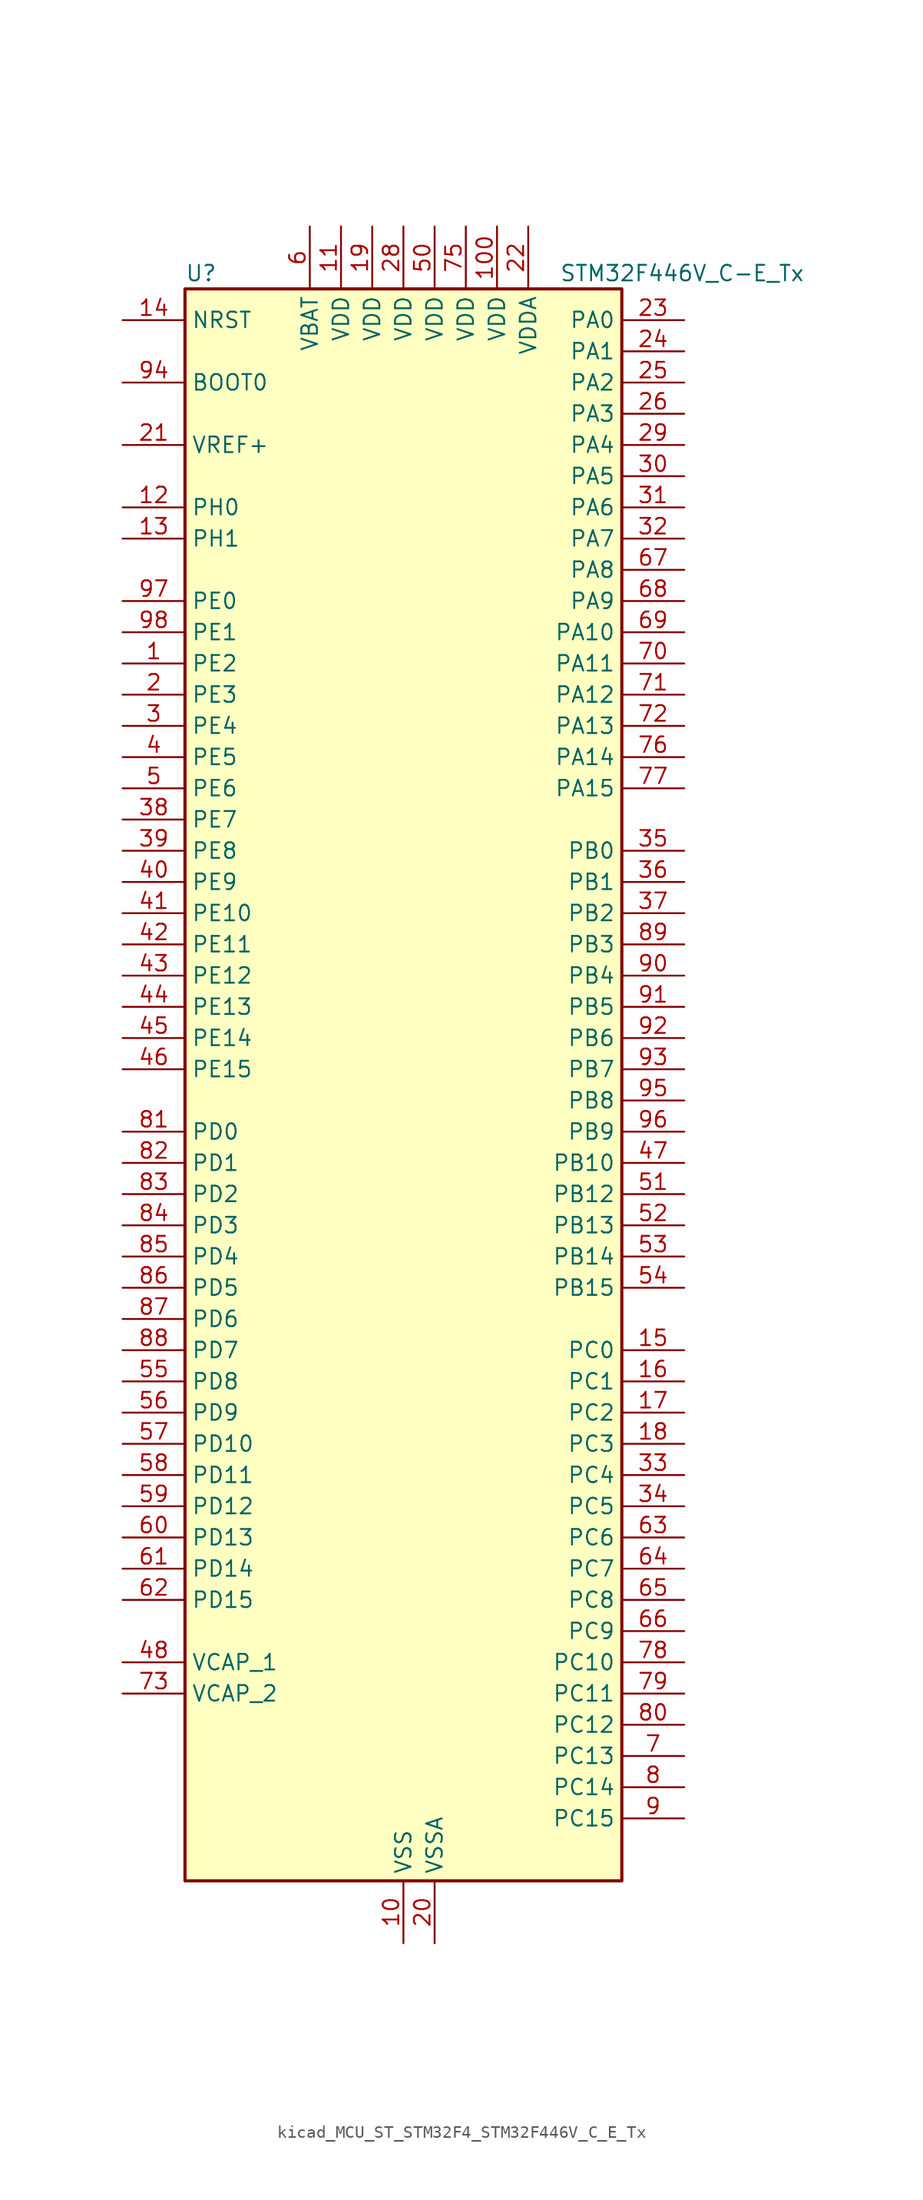
<source format=kicad_sym>
(kicad_symbol_lib
  (version 20220914)
  (generator kicad_symbol_editor)
  (symbol "kicad_MCU_ST_STM32F4_STM32F446V_C_E_Tx"
    (property "Reference" "U"
      (at -17.78 67.31 0)
      (effects (font (size 1.27 1.27)) (justify left)))
    (property "Value" "STM32F446V_C-E_Tx"
      (at 12.7 67.31 0)
      (effects (font (size 1.27 1.27)) (justify left)))
    (property "ki_locked" ""
      (at 0 0 0)
      (effects (font (size 1.27 1.27))))
    (symbol "kicad_MCU_ST_STM32F4_STM32F446V_C_E_Tx_0_1"
      (rectangle (start -17.78 -63.5) (end 17.78 66.04) (stroke (width 0.254) (type default)) (fill (type background))))
    (symbol "kicad_MCU_ST_STM32F4_STM32F446V_C_E_Tx_1_1"
      (pin bidirectional line (at -22.86 35.56 0) (length 5.08) (name "PE2" (effects (font (size 1.27 1.27)))) (number "1" (effects (font (size 1.27 1.27)))) (alternate "FMC_A23" bidirectional line) (alternate "QUADSPI_BK1_IO2" bidirectional line) (alternate "SAI1_MCLK_A" bidirectional line) (alternate "SPI4_SCK" bidirectional line) (alternate "SYS_TRACECLK" bidirectional line))
      (pin power_in line (at 0 -68.58 90) (length 5.08) (name "VSS" (effects (font (size 1.27 1.27)))) (number "10" (effects (font (size 1.27 1.27)))))
      (pin power_in line (at 7.62 71.12 270) (length 5.08) (name "VDD" (effects (font (size 1.27 1.27)))) (number "100" (effects (font (size 1.27 1.27)))))
      (pin power_in line (at -5.08 71.12 270) (length 5.08) (name "VDD" (effects (font (size 1.27 1.27)))) (number "11" (effects (font (size 1.27 1.27)))))
      (pin bidirectional line (at -22.86 48.26 0) (length 5.08) (name "PH0" (effects (font (size 1.27 1.27)))) (number "12" (effects (font (size 1.27 1.27)))) (alternate "RCC_OSC_IN" bidirectional line))
      (pin bidirectional line (at -22.86 45.72 0) (length 5.08) (name "PH1" (effects (font (size 1.27 1.27)))) (number "13" (effects (font (size 1.27 1.27)))) (alternate "RCC_OSC_OUT" bidirectional line))
      (pin input line (at -22.86 63.5 0) (length 5.08) (name "NRST" (effects (font (size 1.27 1.27)))) (number "14" (effects (font (size 1.27 1.27)))))
      (pin bidirectional line (at 22.86 -20.32 180) (length 5.08) (name "PC0" (effects (font (size 1.27 1.27)))) (number "15" (effects (font (size 1.27 1.27)))) (alternate "ADC1_IN10" bidirectional line) (alternate "ADC2_IN10" bidirectional line) (alternate "ADC3_IN10" bidirectional line) (alternate "FMC_SDNWE" bidirectional line) (alternate "SAI1_MCLK_B" bidirectional line) (alternate "USB_OTG_HS_ULPI_STP" bidirectional line))
      (pin bidirectional line (at 22.86 -22.86 180) (length 5.08) (name "PC1" (effects (font (size 1.27 1.27)))) (number "16" (effects (font (size 1.27 1.27)))) (alternate "ADC1_IN11" bidirectional line) (alternate "ADC2_IN11" bidirectional line) (alternate "ADC3_IN11" bidirectional line) (alternate "I2S2_SD" bidirectional line) (alternate "I2S3_SD" bidirectional line) (alternate "SAI1_SD_A" bidirectional line) (alternate "SPI2_MOSI" bidirectional line) (alternate "SPI3_MOSI" bidirectional line))
      (pin bidirectional line (at 22.86 -25.4 180) (length 5.08) (name "PC2" (effects (font (size 1.27 1.27)))) (number "17" (effects (font (size 1.27 1.27)))) (alternate "ADC1_IN12" bidirectional line) (alternate "ADC2_IN12" bidirectional line) (alternate "ADC3_IN12" bidirectional line) (alternate "FMC_SDNE0" bidirectional line) (alternate "SPI2_MISO" bidirectional line) (alternate "USB_OTG_HS_ULPI_DIR" bidirectional line))
      (pin bidirectional line (at 22.86 -27.94 180) (length 5.08) (name "PC3" (effects (font (size 1.27 1.27)))) (number "18" (effects (font (size 1.27 1.27)))) (alternate "ADC1_IN13" bidirectional line) (alternate "ADC2_IN13" bidirectional line) (alternate "ADC3_IN13" bidirectional line) (alternate "FMC_SDCKE0" bidirectional line) (alternate "I2S2_SD" bidirectional line) (alternate "SPI2_MOSI" bidirectional line) (alternate "USB_OTG_HS_ULPI_NXT" bidirectional line))
      (pin power_in line (at -2.54 71.12 270) (length 5.08) (name "VDD" (effects (font (size 1.27 1.27)))) (number "19" (effects (font (size 1.27 1.27)))))
      (pin bidirectional line (at -22.86 33.02 0) (length 5.08) (name "PE3" (effects (font (size 1.27 1.27)))) (number "2" (effects (font (size 1.27 1.27)))) (alternate "FMC_A19" bidirectional line) (alternate "SAI1_SD_B" bidirectional line) (alternate "SYS_TRACED0" bidirectional line))
      (pin power_in line (at 2.54 -68.58 90) (length 5.08) (name "VSSA" (effects (font (size 1.27 1.27)))) (number "20" (effects (font (size 1.27 1.27)))))
      (pin input line (at -22.86 53.34 0) (length 5.08) (name "VREF+" (effects (font (size 1.27 1.27)))) (number "21" (effects (font (size 1.27 1.27)))))
      (pin power_in line (at 10.16 71.12 270) (length 5.08) (name "VDDA" (effects (font (size 1.27 1.27)))) (number "22" (effects (font (size 1.27 1.27)))))
      (pin bidirectional line (at 22.86 63.5 180) (length 5.08) (name "PA0" (effects (font (size 1.27 1.27)))) (number "23" (effects (font (size 1.27 1.27)))) (alternate "ADC1_IN0" bidirectional line) (alternate "ADC2_IN0" bidirectional line) (alternate "ADC3_IN0" bidirectional line) (alternate "RTC_AF2" bidirectional line) (alternate "SYS_WKUP0" bidirectional line) (alternate "TIM2_CH1" bidirectional line) (alternate "TIM2_ETR" bidirectional line) (alternate "TIM5_CH1" bidirectional line) (alternate "TIM8_ETR" bidirectional line) (alternate "UART4_TX" bidirectional line) (alternate "USART2_CTS" bidirectional line))
      (pin bidirectional line (at 22.86 60.96 180) (length 5.08) (name "PA1" (effects (font (size 1.27 1.27)))) (number "24" (effects (font (size 1.27 1.27)))) (alternate "ADC1_IN1" bidirectional line) (alternate "ADC2_IN1" bidirectional line) (alternate "ADC3_IN1" bidirectional line) (alternate "QUADSPI_BK1_IO3" bidirectional line) (alternate "SAI2_MCLK_B" bidirectional line) (alternate "TIM2_CH2" bidirectional line) (alternate "TIM5_CH2" bidirectional line) (alternate "UART4_RX" bidirectional line) (alternate "USART2_RTS" bidirectional line))
      (pin bidirectional line (at 22.86 58.42 180) (length 5.08) (name "PA2" (effects (font (size 1.27 1.27)))) (number "25" (effects (font (size 1.27 1.27)))) (alternate "ADC1_IN2" bidirectional line) (alternate "ADC2_IN2" bidirectional line) (alternate "ADC3_IN2" bidirectional line) (alternate "SAI2_SCK_B" bidirectional line) (alternate "TIM2_CH3" bidirectional line) (alternate "TIM5_CH3" bidirectional line) (alternate "TIM9_CH1" bidirectional line) (alternate "USART2_TX" bidirectional line))
      (pin bidirectional line (at 22.86 55.88 180) (length 5.08) (name "PA3" (effects (font (size 1.27 1.27)))) (number "26" (effects (font (size 1.27 1.27)))) (alternate "ADC1_IN3" bidirectional line) (alternate "ADC2_IN3" bidirectional line) (alternate "ADC3_IN3" bidirectional line) (alternate "SAI1_FS_A" bidirectional line) (alternate "TIM2_CH4" bidirectional line) (alternate "TIM5_CH4" bidirectional line) (alternate "TIM9_CH2" bidirectional line) (alternate "USART2_RX" bidirectional line) (alternate "USB_OTG_HS_ULPI_D0" bidirectional line))
      (pin passive line (at 0 -68.58 90) (length 5.08) hide (name "VSS" (effects (font (size 1.27 1.27)))) (number "27" (effects (font (size 1.27 1.27)))))
      (pin power_in line (at 0 71.12 270) (length 5.08) (name "VDD" (effects (font (size 1.27 1.27)))) (number "28" (effects (font (size 1.27 1.27)))))
      (pin bidirectional line (at 22.86 53.34 180) (length 5.08) (name "PA4" (effects (font (size 1.27 1.27)))) (number "29" (effects (font (size 1.27 1.27)))) (alternate "ADC1_IN4" bidirectional line) (alternate "ADC2_IN4" bidirectional line) (alternate "DAC_OUT1" bidirectional line) (alternate "DCMI_HSYNC" bidirectional line) (alternate "I2S1_WS" bidirectional line) (alternate "I2S3_WS" bidirectional line) (alternate "SPI1_NSS" bidirectional line) (alternate "SPI3_NSS" bidirectional line) (alternate "USART2_CK" bidirectional line) (alternate "USB_OTG_HS_SOF" bidirectional line))
      (pin bidirectional line (at -22.86 30.48 0) (length 5.08) (name "PE4" (effects (font (size 1.27 1.27)))) (number "3" (effects (font (size 1.27 1.27)))) (alternate "DCMI_D4" bidirectional line) (alternate "FMC_A20" bidirectional line) (alternate "SAI1_FS_A" bidirectional line) (alternate "SPI4_NSS" bidirectional line) (alternate "SYS_TRACED1" bidirectional line))
      (pin bidirectional line (at 22.86 50.8 180) (length 5.08) (name "PA5" (effects (font (size 1.27 1.27)))) (number "30" (effects (font (size 1.27 1.27)))) (alternate "ADC1_IN5" bidirectional line) (alternate "ADC2_IN5" bidirectional line) (alternate "DAC_OUT2" bidirectional line) (alternate "I2S1_CK" bidirectional line) (alternate "SPI1_SCK" bidirectional line) (alternate "TIM2_CH1" bidirectional line) (alternate "TIM2_ETR" bidirectional line) (alternate "TIM8_CH1N" bidirectional line) (alternate "USB_OTG_HS_ULPI_CK" bidirectional line))
      (pin bidirectional line (at 22.86 48.26 180) (length 5.08) (name "PA6" (effects (font (size 1.27 1.27)))) (number "31" (effects (font (size 1.27 1.27)))) (alternate "ADC1_IN6" bidirectional line) (alternate "ADC2_IN6" bidirectional line) (alternate "DCMI_PIXCLK" bidirectional line) (alternate "I2S2_MCK" bidirectional line) (alternate "SPI1_MISO" bidirectional line) (alternate "TIM13_CH1" bidirectional line) (alternate "TIM1_BKIN" bidirectional line) (alternate "TIM3_CH1" bidirectional line) (alternate "TIM8_BKIN" bidirectional line))
      (pin bidirectional line (at 22.86 45.72 180) (length 5.08) (name "PA7" (effects (font (size 1.27 1.27)))) (number "32" (effects (font (size 1.27 1.27)))) (alternate "ADC1_IN7" bidirectional line) (alternate "ADC2_IN7" bidirectional line) (alternate "FMC_SDNWE" bidirectional line) (alternate "I2S1_SD" bidirectional line) (alternate "SPI1_MOSI" bidirectional line) (alternate "TIM14_CH1" bidirectional line) (alternate "TIM1_CH1N" bidirectional line) (alternate "TIM3_CH2" bidirectional line) (alternate "TIM8_CH1N" bidirectional line))
      (pin bidirectional line (at 22.86 -30.48 180) (length 5.08) (name "PC4" (effects (font (size 1.27 1.27)))) (number "33" (effects (font (size 1.27 1.27)))) (alternate "ADC1_IN14" bidirectional line) (alternate "ADC2_IN14" bidirectional line) (alternate "FMC_SDNE0" bidirectional line) (alternate "I2S1_MCK" bidirectional line) (alternate "SPDIFRX_IN2" bidirectional line))
      (pin bidirectional line (at 22.86 -33.02 180) (length 5.08) (name "PC5" (effects (font (size 1.27 1.27)))) (number "34" (effects (font (size 1.27 1.27)))) (alternate "ADC1_IN15" bidirectional line) (alternate "ADC2_IN15" bidirectional line) (alternate "FMC_SDCKE0" bidirectional line) (alternate "SPDIFRX_IN3" bidirectional line) (alternate "USART3_RX" bidirectional line))
      (pin bidirectional line (at 22.86 20.32 180) (length 5.08) (name "PB0" (effects (font (size 1.27 1.27)))) (number "35" (effects (font (size 1.27 1.27)))) (alternate "ADC1_IN8" bidirectional line) (alternate "ADC2_IN8" bidirectional line) (alternate "I2S3_SD" bidirectional line) (alternate "SDIO_D1" bidirectional line) (alternate "SPI3_MOSI" bidirectional line) (alternate "TIM1_CH2N" bidirectional line) (alternate "TIM3_CH3" bidirectional line) (alternate "TIM8_CH2N" bidirectional line) (alternate "UART4_CTS" bidirectional line) (alternate "USB_OTG_HS_ULPI_D1" bidirectional line))
      (pin bidirectional line (at 22.86 17.78 180) (length 5.08) (name "PB1" (effects (font (size 1.27 1.27)))) (number "36" (effects (font (size 1.27 1.27)))) (alternate "ADC1_IN9" bidirectional line) (alternate "ADC2_IN9" bidirectional line) (alternate "SDIO_D2" bidirectional line) (alternate "TIM1_CH3N" bidirectional line) (alternate "TIM3_CH4" bidirectional line) (alternate "TIM8_CH3N" bidirectional line) (alternate "USB_OTG_HS_ULPI_D2" bidirectional line))
      (pin bidirectional line (at 22.86 15.24 180) (length 5.08) (name "PB2" (effects (font (size 1.27 1.27)))) (number "37" (effects (font (size 1.27 1.27)))) (alternate "I2S3_SD" bidirectional line) (alternate "QUADSPI_CLK" bidirectional line) (alternate "SAI1_SD_A" bidirectional line) (alternate "SDIO_CK" bidirectional line) (alternate "SPI3_MOSI" bidirectional line) (alternate "TIM2_CH4" bidirectional line) (alternate "USB_OTG_HS_ULPI_D4" bidirectional line))
      (pin bidirectional line (at -22.86 22.86 0) (length 5.08) (name "PE7" (effects (font (size 1.27 1.27)))) (number "38" (effects (font (size 1.27 1.27)))) (alternate "FMC_D4" bidirectional line) (alternate "FMC_DA4" bidirectional line) (alternate "QUADSPI_BK2_IO0" bidirectional line) (alternate "TIM1_ETR" bidirectional line) (alternate "UART5_RX" bidirectional line))
      (pin bidirectional line (at -22.86 20.32 0) (length 5.08) (name "PE8" (effects (font (size 1.27 1.27)))) (number "39" (effects (font (size 1.27 1.27)))) (alternate "FMC_D5" bidirectional line) (alternate "FMC_DA5" bidirectional line) (alternate "QUADSPI_BK2_IO1" bidirectional line) (alternate "TIM1_CH1N" bidirectional line) (alternate "UART5_TX" bidirectional line))
      (pin bidirectional line (at -22.86 27.94 0) (length 5.08) (name "PE5" (effects (font (size 1.27 1.27)))) (number "4" (effects (font (size 1.27 1.27)))) (alternate "DCMI_D6" bidirectional line) (alternate "FMC_A21" bidirectional line) (alternate "SAI1_SCK_A" bidirectional line) (alternate "SPI4_MISO" bidirectional line) (alternate "SYS_TRACED2" bidirectional line) (alternate "TIM9_CH1" bidirectional line))
      (pin bidirectional line (at -22.86 17.78 0) (length 5.08) (name "PE9" (effects (font (size 1.27 1.27)))) (number "40" (effects (font (size 1.27 1.27)))) (alternate "DAC_EXTI9" bidirectional line) (alternate "FMC_D6" bidirectional line) (alternate "FMC_DA6" bidirectional line) (alternate "QUADSPI_BK2_IO2" bidirectional line) (alternate "TIM1_CH1" bidirectional line))
      (pin bidirectional line (at -22.86 15.24 0) (length 5.08) (name "PE10" (effects (font (size 1.27 1.27)))) (number "41" (effects (font (size 1.27 1.27)))) (alternate "FMC_D7" bidirectional line) (alternate "FMC_DA7" bidirectional line) (alternate "QUADSPI_BK2_IO3" bidirectional line) (alternate "TIM1_CH2N" bidirectional line))
      (pin bidirectional line (at -22.86 12.7 0) (length 5.08) (name "PE11" (effects (font (size 1.27 1.27)))) (number "42" (effects (font (size 1.27 1.27)))) (alternate "ADC1_EXTI11" bidirectional line) (alternate "ADC2_EXTI11" bidirectional line) (alternate "ADC3_EXTI11" bidirectional line) (alternate "FMC_D8" bidirectional line) (alternate "FMC_DA8" bidirectional line) (alternate "SAI2_SD_B" bidirectional line) (alternate "SPI4_NSS" bidirectional line) (alternate "TIM1_CH2" bidirectional line))
      (pin bidirectional line (at -22.86 10.16 0) (length 5.08) (name "PE12" (effects (font (size 1.27 1.27)))) (number "43" (effects (font (size 1.27 1.27)))) (alternate "FMC_D9" bidirectional line) (alternate "FMC_DA9" bidirectional line) (alternate "SAI2_SCK_B" bidirectional line) (alternate "SPI4_SCK" bidirectional line) (alternate "TIM1_CH3N" bidirectional line))
      (pin bidirectional line (at -22.86 7.62 0) (length 5.08) (name "PE13" (effects (font (size 1.27 1.27)))) (number "44" (effects (font (size 1.27 1.27)))) (alternate "FMC_D10" bidirectional line) (alternate "FMC_DA10" bidirectional line) (alternate "SAI2_FS_B" bidirectional line) (alternate "SPI4_MISO" bidirectional line) (alternate "TIM1_CH3" bidirectional line))
      (pin bidirectional line (at -22.86 5.08 0) (length 5.08) (name "PE14" (effects (font (size 1.27 1.27)))) (number "45" (effects (font (size 1.27 1.27)))) (alternate "FMC_D11" bidirectional line) (alternate "FMC_DA11" bidirectional line) (alternate "SAI2_MCLK_B" bidirectional line) (alternate "SPI4_MOSI" bidirectional line) (alternate "TIM1_CH4" bidirectional line))
      (pin bidirectional line (at -22.86 2.54 0) (length 5.08) (name "PE15" (effects (font (size 1.27 1.27)))) (number "46" (effects (font (size 1.27 1.27)))) (alternate "ADC1_EXTI15" bidirectional line) (alternate "ADC2_EXTI15" bidirectional line) (alternate "ADC3_EXTI15" bidirectional line) (alternate "FMC_D12" bidirectional line) (alternate "FMC_DA12" bidirectional line) (alternate "TIM1_BKIN" bidirectional line))
      (pin bidirectional line (at 22.86 -5.08 180) (length 5.08) (name "PB10" (effects (font (size 1.27 1.27)))) (number "47" (effects (font (size 1.27 1.27)))) (alternate "I2C2_SCL" bidirectional line) (alternate "I2S2_CK" bidirectional line) (alternate "SAI1_SCK_A" bidirectional line) (alternate "SPI2_SCK" bidirectional line) (alternate "TIM2_CH3" bidirectional line) (alternate "USART3_TX" bidirectional line) (alternate "USB_OTG_HS_ULPI_D3" bidirectional line))
      (pin power_out line (at -22.86 -45.72 0) (length 5.08) (name "VCAP_1" (effects (font (size 1.27 1.27)))) (number "48" (effects (font (size 1.27 1.27)))))
      (pin passive line (at 0 -68.58 90) (length 5.08) hide (name "VSS" (effects (font (size 1.27 1.27)))) (number "49" (effects (font (size 1.27 1.27)))))
      (pin bidirectional line (at -22.86 25.4 0) (length 5.08) (name "PE6" (effects (font (size 1.27 1.27)))) (number "5" (effects (font (size 1.27 1.27)))) (alternate "DCMI_D7" bidirectional line) (alternate "FMC_A22" bidirectional line) (alternate "SAI1_SD_A" bidirectional line) (alternate "SPI4_MOSI" bidirectional line) (alternate "SYS_TRACED3" bidirectional line) (alternate "TIM9_CH2" bidirectional line))
      (pin power_in line (at 2.54 71.12 270) (length 5.08) (name "VDD" (effects (font (size 1.27 1.27)))) (number "50" (effects (font (size 1.27 1.27)))))
      (pin bidirectional line (at 22.86 -7.62 180) (length 5.08) (name "PB12" (effects (font (size 1.27 1.27)))) (number "51" (effects (font (size 1.27 1.27)))) (alternate "CAN2_RX" bidirectional line) (alternate "I2C2_SMBA" bidirectional line) (alternate "I2S2_WS" bidirectional line) (alternate "SAI1_SCK_B" bidirectional line) (alternate "SPI2_NSS" bidirectional line) (alternate "TIM1_BKIN" bidirectional line) (alternate "USART3_CK" bidirectional line) (alternate "USB_OTG_HS_ID" bidirectional line) (alternate "USB_OTG_HS_ULPI_D5" bidirectional line))
      (pin bidirectional line (at 22.86 -10.16 180) (length 5.08) (name "PB13" (effects (font (size 1.27 1.27)))) (number "52" (effects (font (size 1.27 1.27)))) (alternate "CAN2_TX" bidirectional line) (alternate "I2S2_CK" bidirectional line) (alternate "SPI2_SCK" bidirectional line) (alternate "TIM1_CH1N" bidirectional line) (alternate "USART3_CTS" bidirectional line) (alternate "USB_OTG_HS_ULPI_D6" bidirectional line) (alternate "USB_OTG_HS_VBUS" bidirectional line))
      (pin bidirectional line (at 22.86 -12.7 180) (length 5.08) (name "PB14" (effects (font (size 1.27 1.27)))) (number "53" (effects (font (size 1.27 1.27)))) (alternate "SPI2_MISO" bidirectional line) (alternate "TIM12_CH1" bidirectional line) (alternate "TIM1_CH2N" bidirectional line) (alternate "TIM8_CH2N" bidirectional line) (alternate "USART3_RTS" bidirectional line) (alternate "USB_OTG_HS_DM" bidirectional line))
      (pin bidirectional line (at 22.86 -15.24 180) (length 5.08) (name "PB15" (effects (font (size 1.27 1.27)))) (number "54" (effects (font (size 1.27 1.27)))) (alternate "ADC1_EXTI15" bidirectional line) (alternate "ADC2_EXTI15" bidirectional line) (alternate "ADC3_EXTI15" bidirectional line) (alternate "I2S2_SD" bidirectional line) (alternate "RTC_REFIN" bidirectional line) (alternate "SPI2_MOSI" bidirectional line) (alternate "TIM12_CH2" bidirectional line) (alternate "TIM1_CH3N" bidirectional line) (alternate "TIM8_CH3N" bidirectional line) (alternate "USB_OTG_HS_DP" bidirectional line))
      (pin bidirectional line (at -22.86 -22.86 0) (length 5.08) (name "PD8" (effects (font (size 1.27 1.27)))) (number "55" (effects (font (size 1.27 1.27)))) (alternate "FMC_D13" bidirectional line) (alternate "FMC_DA13" bidirectional line) (alternate "SPDIFRX_IN1" bidirectional line) (alternate "USART3_TX" bidirectional line))
      (pin bidirectional line (at -22.86 -25.4 0) (length 5.08) (name "PD9" (effects (font (size 1.27 1.27)))) (number "56" (effects (font (size 1.27 1.27)))) (alternate "DAC_EXTI9" bidirectional line) (alternate "FMC_D14" bidirectional line) (alternate "FMC_DA14" bidirectional line) (alternate "USART3_RX" bidirectional line))
      (pin bidirectional line (at -22.86 -27.94 0) (length 5.08) (name "PD10" (effects (font (size 1.27 1.27)))) (number "57" (effects (font (size 1.27 1.27)))) (alternate "FMC_D15" bidirectional line) (alternate "FMC_DA15" bidirectional line) (alternate "USART3_CK" bidirectional line))
      (pin bidirectional line (at -22.86 -30.48 0) (length 5.08) (name "PD11" (effects (font (size 1.27 1.27)))) (number "58" (effects (font (size 1.27 1.27)))) (alternate "ADC1_EXTI11" bidirectional line) (alternate "ADC2_EXTI11" bidirectional line) (alternate "ADC3_EXTI11" bidirectional line) (alternate "FMC_A16" bidirectional line) (alternate "FMPI2C1_SMBA" bidirectional line) (alternate "QUADSPI_BK1_IO0" bidirectional line) (alternate "SAI2_SD_A" bidirectional line) (alternate "USART3_CTS" bidirectional line))
      (pin bidirectional line (at -22.86 -33.02 0) (length 5.08) (name "PD12" (effects (font (size 1.27 1.27)))) (number "59" (effects (font (size 1.27 1.27)))) (alternate "FMC_A17" bidirectional line) (alternate "FMPI2C1_SCL" bidirectional line) (alternate "QUADSPI_BK1_IO1" bidirectional line) (alternate "SAI2_FS_A" bidirectional line) (alternate "TIM4_CH1" bidirectional line) (alternate "USART3_RTS" bidirectional line))
      (pin power_in line (at -7.62 71.12 270) (length 5.08) (name "VBAT" (effects (font (size 1.27 1.27)))) (number "6" (effects (font (size 1.27 1.27)))))
      (pin bidirectional line (at -22.86 -35.56 0) (length 5.08) (name "PD13" (effects (font (size 1.27 1.27)))) (number "60" (effects (font (size 1.27 1.27)))) (alternate "FMC_A18" bidirectional line) (alternate "FMPI2C1_SDA" bidirectional line) (alternate "QUADSPI_BK1_IO3" bidirectional line) (alternate "SAI2_SCK_A" bidirectional line) (alternate "TIM4_CH2" bidirectional line))
      (pin bidirectional line (at -22.86 -38.1 0) (length 5.08) (name "PD14" (effects (font (size 1.27 1.27)))) (number "61" (effects (font (size 1.27 1.27)))) (alternate "FMC_D0" bidirectional line) (alternate "FMC_DA0" bidirectional line) (alternate "FMPI2C1_SCL" bidirectional line) (alternate "SAI2_SCK_A" bidirectional line) (alternate "TIM4_CH3" bidirectional line))
      (pin bidirectional line (at -22.86 -40.64 0) (length 5.08) (name "PD15" (effects (font (size 1.27 1.27)))) (number "62" (effects (font (size 1.27 1.27)))) (alternate "ADC1_EXTI15" bidirectional line) (alternate "ADC2_EXTI15" bidirectional line) (alternate "ADC3_EXTI15" bidirectional line) (alternate "FMC_D1" bidirectional line) (alternate "FMC_DA1" bidirectional line) (alternate "FMPI2C1_SDA" bidirectional line) (alternate "TIM4_CH4" bidirectional line))
      (pin bidirectional line (at 22.86 -35.56 180) (length 5.08) (name "PC6" (effects (font (size 1.27 1.27)))) (number "63" (effects (font (size 1.27 1.27)))) (alternate "DCMI_D0" bidirectional line) (alternate "FMPI2C1_SCL" bidirectional line) (alternate "I2S2_MCK" bidirectional line) (alternate "SDIO_D6" bidirectional line) (alternate "TIM3_CH1" bidirectional line) (alternate "TIM8_CH1" bidirectional line) (alternate "USART6_TX" bidirectional line))
      (pin bidirectional line (at 22.86 -38.1 180) (length 5.08) (name "PC7" (effects (font (size 1.27 1.27)))) (number "64" (effects (font (size 1.27 1.27)))) (alternate "DCMI_D1" bidirectional line) (alternate "FMPI2C1_SDA" bidirectional line) (alternate "I2S2_CK" bidirectional line) (alternate "I2S3_MCK" bidirectional line) (alternate "SDIO_D7" bidirectional line) (alternate "SPDIFRX_IN1" bidirectional line) (alternate "SPI2_SCK" bidirectional line) (alternate "TIM3_CH2" bidirectional line) (alternate "TIM8_CH2" bidirectional line) (alternate "USART6_RX" bidirectional line))
      (pin bidirectional line (at 22.86 -40.64 180) (length 5.08) (name "PC8" (effects (font (size 1.27 1.27)))) (number "65" (effects (font (size 1.27 1.27)))) (alternate "DCMI_D2" bidirectional line) (alternate "SDIO_D0" bidirectional line) (alternate "SYS_TRACED0" bidirectional line) (alternate "TIM3_CH3" bidirectional line) (alternate "TIM8_CH3" bidirectional line) (alternate "UART5_RTS" bidirectional line) (alternate "USART6_CK" bidirectional line))
      (pin bidirectional line (at 22.86 -43.18 180) (length 5.08) (name "PC9" (effects (font (size 1.27 1.27)))) (number "66" (effects (font (size 1.27 1.27)))) (alternate "DAC_EXTI9" bidirectional line) (alternate "DCMI_D3" bidirectional line) (alternate "I2C3_SDA" bidirectional line) (alternate "I2S_CKIN" bidirectional line) (alternate "QUADSPI_BK1_IO0" bidirectional line) (alternate "RCC_MCO_2" bidirectional line) (alternate "SDIO_D1" bidirectional line) (alternate "TIM3_CH4" bidirectional line) (alternate "TIM8_CH4" bidirectional line) (alternate "UART5_CTS" bidirectional line))
      (pin bidirectional line (at 22.86 43.18 180) (length 5.08) (name "PA8" (effects (font (size 1.27 1.27)))) (number "67" (effects (font (size 1.27 1.27)))) (alternate "I2C3_SCL" bidirectional line) (alternate "RCC_MCO_1" bidirectional line) (alternate "TIM1_CH1" bidirectional line) (alternate "USART1_CK" bidirectional line) (alternate "USB_OTG_FS_SOF" bidirectional line))
      (pin bidirectional line (at 22.86 40.64 180) (length 5.08) (name "PA9" (effects (font (size 1.27 1.27)))) (number "68" (effects (font (size 1.27 1.27)))) (alternate "DAC_EXTI9" bidirectional line) (alternate "DCMI_D0" bidirectional line) (alternate "I2C3_SMBA" bidirectional line) (alternate "I2S2_CK" bidirectional line) (alternate "SAI1_SD_B" bidirectional line) (alternate "SPI2_SCK" bidirectional line) (alternate "TIM1_CH2" bidirectional line) (alternate "USART1_TX" bidirectional line) (alternate "USB_OTG_FS_VBUS" bidirectional line))
      (pin bidirectional line (at 22.86 38.1 180) (length 5.08) (name "PA10" (effects (font (size 1.27 1.27)))) (number "69" (effects (font (size 1.27 1.27)))) (alternate "DCMI_D1" bidirectional line) (alternate "TIM1_CH3" bidirectional line) (alternate "USART1_RX" bidirectional line) (alternate "USB_OTG_FS_ID" bidirectional line))
      (pin bidirectional line (at 22.86 -53.34 180) (length 5.08) (name "PC13" (effects (font (size 1.27 1.27)))) (number "7" (effects (font (size 1.27 1.27)))) (alternate "RTC_AF1" bidirectional line) (alternate "SYS_WKUP1" bidirectional line))
      (pin bidirectional line (at 22.86 35.56 180) (length 5.08) (name "PA11" (effects (font (size 1.27 1.27)))) (number "70" (effects (font (size 1.27 1.27)))) (alternate "ADC1_EXTI11" bidirectional line) (alternate "ADC2_EXTI11" bidirectional line) (alternate "ADC3_EXTI11" bidirectional line) (alternate "CAN1_RX" bidirectional line) (alternate "TIM1_CH4" bidirectional line) (alternate "USART1_CTS" bidirectional line) (alternate "USB_OTG_FS_DM" bidirectional line))
      (pin bidirectional line (at 22.86 33.02 180) (length 5.08) (name "PA12" (effects (font (size 1.27 1.27)))) (number "71" (effects (font (size 1.27 1.27)))) (alternate "CAN1_TX" bidirectional line) (alternate "SAI2_FS_B" bidirectional line) (alternate "TIM1_ETR" bidirectional line) (alternate "USART1_RTS" bidirectional line) (alternate "USB_OTG_FS_DP" bidirectional line))
      (pin bidirectional line (at 22.86 30.48 180) (length 5.08) (name "PA13" (effects (font (size 1.27 1.27)))) (number "72" (effects (font (size 1.27 1.27)))) (alternate "SYS_JTMS-SWDIO" bidirectional line))
      (pin power_out line (at -22.86 -48.26 0) (length 5.08) (name "VCAP_2" (effects (font (size 1.27 1.27)))) (number "73" (effects (font (size 1.27 1.27)))))
      (pin passive line (at 0 -68.58 90) (length 5.08) hide (name "VSS" (effects (font (size 1.27 1.27)))) (number "74" (effects (font (size 1.27 1.27)))))
      (pin power_in line (at 5.08 71.12 270) (length 5.08) (name "VDD" (effects (font (size 1.27 1.27)))) (number "75" (effects (font (size 1.27 1.27)))))
      (pin bidirectional line (at 22.86 27.94 180) (length 5.08) (name "PA14" (effects (font (size 1.27 1.27)))) (number "76" (effects (font (size 1.27 1.27)))) (alternate "SYS_JTCK-SWCLK" bidirectional line))
      (pin bidirectional line (at 22.86 25.4 180) (length 5.08) (name "PA15" (effects (font (size 1.27 1.27)))) (number "77" (effects (font (size 1.27 1.27)))) (alternate "ADC1_EXTI15" bidirectional line) (alternate "ADC2_EXTI15" bidirectional line) (alternate "ADC3_EXTI15" bidirectional line) (alternate "CEC" bidirectional line) (alternate "I2S1_WS" bidirectional line) (alternate "I2S3_WS" bidirectional line) (alternate "SPI1_NSS" bidirectional line) (alternate "SPI3_NSS" bidirectional line) (alternate "SYS_JTDI" bidirectional line) (alternate "TIM2_CH1" bidirectional line) (alternate "TIM2_ETR" bidirectional line) (alternate "UART4_RTS" bidirectional line))
      (pin bidirectional line (at 22.86 -45.72 180) (length 5.08) (name "PC10" (effects (font (size 1.27 1.27)))) (number "78" (effects (font (size 1.27 1.27)))) (alternate "DCMI_D8" bidirectional line) (alternate "I2S3_CK" bidirectional line) (alternate "QUADSPI_BK1_IO1" bidirectional line) (alternate "SDIO_D2" bidirectional line) (alternate "SPI3_SCK" bidirectional line) (alternate "UART4_TX" bidirectional line) (alternate "USART3_TX" bidirectional line))
      (pin bidirectional line (at 22.86 -48.26 180) (length 5.08) (name "PC11" (effects (font (size 1.27 1.27)))) (number "79" (effects (font (size 1.27 1.27)))) (alternate "ADC1_EXTI11" bidirectional line) (alternate "ADC2_EXTI11" bidirectional line) (alternate "ADC3_EXTI11" bidirectional line) (alternate "DCMI_D4" bidirectional line) (alternate "QUADSPI_BK2_NCS" bidirectional line) (alternate "SDIO_D3" bidirectional line) (alternate "SPI3_MISO" bidirectional line) (alternate "UART4_RX" bidirectional line) (alternate "USART3_RX" bidirectional line))
      (pin bidirectional line (at 22.86 -55.88 180) (length 5.08) (name "PC14" (effects (font (size 1.27 1.27)))) (number "8" (effects (font (size 1.27 1.27)))) (alternate "RCC_OSC32_IN" bidirectional line))
      (pin bidirectional line (at 22.86 -50.8 180) (length 5.08) (name "PC12" (effects (font (size 1.27 1.27)))) (number "80" (effects (font (size 1.27 1.27)))) (alternate "DCMI_D9" bidirectional line) (alternate "I2C2_SDA" bidirectional line) (alternate "I2S3_SD" bidirectional line) (alternate "SDIO_CK" bidirectional line) (alternate "SPI3_MOSI" bidirectional line) (alternate "UART5_TX" bidirectional line) (alternate "USART3_CK" bidirectional line))
      (pin bidirectional line (at -22.86 -2.54 0) (length 5.08) (name "PD0" (effects (font (size 1.27 1.27)))) (number "81" (effects (font (size 1.27 1.27)))) (alternate "CAN1_RX" bidirectional line) (alternate "FMC_D2" bidirectional line) (alternate "FMC_DA2" bidirectional line) (alternate "I2S3_SD" bidirectional line) (alternate "SPI3_MOSI" bidirectional line) (alternate "SPI4_MISO" bidirectional line))
      (pin bidirectional line (at -22.86 -5.08 0) (length 5.08) (name "PD1" (effects (font (size 1.27 1.27)))) (number "82" (effects (font (size 1.27 1.27)))) (alternate "CAN1_TX" bidirectional line) (alternate "FMC_D3" bidirectional line) (alternate "FMC_DA3" bidirectional line) (alternate "I2S2_WS" bidirectional line) (alternate "SPI2_NSS" bidirectional line))
      (pin bidirectional line (at -22.86 -7.62 0) (length 5.08) (name "PD2" (effects (font (size 1.27 1.27)))) (number "83" (effects (font (size 1.27 1.27)))) (alternate "DCMI_D11" bidirectional line) (alternate "SDIO_CMD" bidirectional line) (alternate "TIM3_ETR" bidirectional line) (alternate "UART5_RX" bidirectional line))
      (pin bidirectional line (at -22.86 -10.16 0) (length 5.08) (name "PD3" (effects (font (size 1.27 1.27)))) (number "84" (effects (font (size 1.27 1.27)))) (alternate "DCMI_D5" bidirectional line) (alternate "FMC_CLK" bidirectional line) (alternate "I2S2_CK" bidirectional line) (alternate "QUADSPI_CLK" bidirectional line) (alternate "SPI2_SCK" bidirectional line) (alternate "SYS_TRACED1" bidirectional line) (alternate "USART2_CTS" bidirectional line))
      (pin bidirectional line (at -22.86 -12.7 0) (length 5.08) (name "PD4" (effects (font (size 1.27 1.27)))) (number "85" (effects (font (size 1.27 1.27)))) (alternate "FMC_NOE" bidirectional line) (alternate "USART2_RTS" bidirectional line))
      (pin bidirectional line (at -22.86 -15.24 0) (length 5.08) (name "PD5" (effects (font (size 1.27 1.27)))) (number "86" (effects (font (size 1.27 1.27)))) (alternate "FMC_NWE" bidirectional line) (alternate "USART2_TX" bidirectional line))
      (pin bidirectional line (at -22.86 -17.78 0) (length 5.08) (name "PD6" (effects (font (size 1.27 1.27)))) (number "87" (effects (font (size 1.27 1.27)))) (alternate "DCMI_D10" bidirectional line) (alternate "FMC_NWAIT" bidirectional line) (alternate "I2S3_SD" bidirectional line) (alternate "SAI1_SD_A" bidirectional line) (alternate "SPI3_MOSI" bidirectional line) (alternate "USART2_RX" bidirectional line))
      (pin bidirectional line (at -22.86 -20.32 0) (length 5.08) (name "PD7" (effects (font (size 1.27 1.27)))) (number "88" (effects (font (size 1.27 1.27)))) (alternate "FMC_NE1" bidirectional line) (alternate "SPDIFRX_IN0" bidirectional line) (alternate "USART2_CK" bidirectional line))
      (pin bidirectional line (at 22.86 12.7 180) (length 5.08) (name "PB3" (effects (font (size 1.27 1.27)))) (number "89" (effects (font (size 1.27 1.27)))) (alternate "I2C2_SDA" bidirectional line) (alternate "I2S1_CK" bidirectional line) (alternate "I2S3_CK" bidirectional line) (alternate "SPI1_SCK" bidirectional line) (alternate "SPI3_SCK" bidirectional line) (alternate "SYS_JTDO-SWO" bidirectional line) (alternate "TIM2_CH2" bidirectional line))
      (pin bidirectional line (at 22.86 -58.42 180) (length 5.08) (name "PC15" (effects (font (size 1.27 1.27)))) (number "9" (effects (font (size 1.27 1.27)))) (alternate "ADC1_EXTI15" bidirectional line) (alternate "ADC2_EXTI15" bidirectional line) (alternate "ADC3_EXTI15" bidirectional line) (alternate "RCC_OSC32_OUT" bidirectional line))
      (pin bidirectional line (at 22.86 10.16 180) (length 5.08) (name "PB4" (effects (font (size 1.27 1.27)))) (number "90" (effects (font (size 1.27 1.27)))) (alternate "I2C3_SDA" bidirectional line) (alternate "I2S2_WS" bidirectional line) (alternate "SPI1_MISO" bidirectional line) (alternate "SPI2_NSS" bidirectional line) (alternate "SPI3_MISO" bidirectional line) (alternate "SYS_JTRST" bidirectional line) (alternate "TIM3_CH1" bidirectional line))
      (pin bidirectional line (at 22.86 7.62 180) (length 5.08) (name "PB5" (effects (font (size 1.27 1.27)))) (number "91" (effects (font (size 1.27 1.27)))) (alternate "CAN2_RX" bidirectional line) (alternate "DCMI_D10" bidirectional line) (alternate "FMC_SDCKE1" bidirectional line) (alternate "I2C1_SMBA" bidirectional line) (alternate "I2S1_SD" bidirectional line) (alternate "I2S3_SD" bidirectional line) (alternate "SPI1_MOSI" bidirectional line) (alternate "SPI3_MOSI" bidirectional line) (alternate "TIM3_CH2" bidirectional line) (alternate "USB_OTG_HS_ULPI_D7" bidirectional line))
      (pin bidirectional line (at 22.86 5.08 180) (length 5.08) (name "PB6" (effects (font (size 1.27 1.27)))) (number "92" (effects (font (size 1.27 1.27)))) (alternate "CAN2_TX" bidirectional line) (alternate "CEC" bidirectional line) (alternate "DCMI_D5" bidirectional line) (alternate "FMC_SDNE1" bidirectional line) (alternate "I2C1_SCL" bidirectional line) (alternate "QUADSPI_BK1_NCS" bidirectional line) (alternate "TIM4_CH1" bidirectional line) (alternate "USART1_TX" bidirectional line))
      (pin bidirectional line (at 22.86 2.54 180) (length 5.08) (name "PB7" (effects (font (size 1.27 1.27)))) (number "93" (effects (font (size 1.27 1.27)))) (alternate "DCMI_VSYNC" bidirectional line) (alternate "FMC_NL" bidirectional line) (alternate "I2C1_SDA" bidirectional line) (alternate "SPDIFRX_IN0" bidirectional line) (alternate "TIM4_CH2" bidirectional line) (alternate "USART1_RX" bidirectional line))
      (pin input line (at -22.86 58.42 0) (length 5.08) (name "BOOT0" (effects (font (size 1.27 1.27)))) (number "94" (effects (font (size 1.27 1.27)))))
      (pin bidirectional line (at 22.86 0 180) (length 5.08) (name "PB8" (effects (font (size 1.27 1.27)))) (number "95" (effects (font (size 1.27 1.27)))) (alternate "CAN1_RX" bidirectional line) (alternate "DCMI_D6" bidirectional line) (alternate "I2C1_SCL" bidirectional line) (alternate "SDIO_D4" bidirectional line) (alternate "TIM10_CH1" bidirectional line) (alternate "TIM2_CH1" bidirectional line) (alternate "TIM2_ETR" bidirectional line) (alternate "TIM4_CH3" bidirectional line))
      (pin bidirectional line (at 22.86 -2.54 180) (length 5.08) (name "PB9" (effects (font (size 1.27 1.27)))) (number "96" (effects (font (size 1.27 1.27)))) (alternate "CAN1_TX" bidirectional line) (alternate "DAC_EXTI9" bidirectional line) (alternate "DCMI_D7" bidirectional line) (alternate "I2C1_SDA" bidirectional line) (alternate "I2S2_WS" bidirectional line) (alternate "SAI1_FS_B" bidirectional line) (alternate "SDIO_D5" bidirectional line) (alternate "SPI2_NSS" bidirectional line) (alternate "TIM11_CH1" bidirectional line) (alternate "TIM2_CH2" bidirectional line) (alternate "TIM4_CH4" bidirectional line))
      (pin bidirectional line (at -22.86 40.64 0) (length 5.08) (name "PE0" (effects (font (size 1.27 1.27)))) (number "97" (effects (font (size 1.27 1.27)))) (alternate "DCMI_D2" bidirectional line) (alternate "FMC_NBL0" bidirectional line) (alternate "SAI2_MCLK_A" bidirectional line) (alternate "TIM4_ETR" bidirectional line))
      (pin bidirectional line (at -22.86 38.1 0) (length 5.08) (name "PE1" (effects (font (size 1.27 1.27)))) (number "98" (effects (font (size 1.27 1.27)))) (alternate "DCMI_D3" bidirectional line) (alternate "FMC_NBL1" bidirectional line))
      (pin passive line (at 0 -68.58 90) (length 5.08) hide (name "VSS" (effects (font (size 1.27 1.27)))) (number "99" (effects (font (size 1.27 1.27))))))))
</source>
